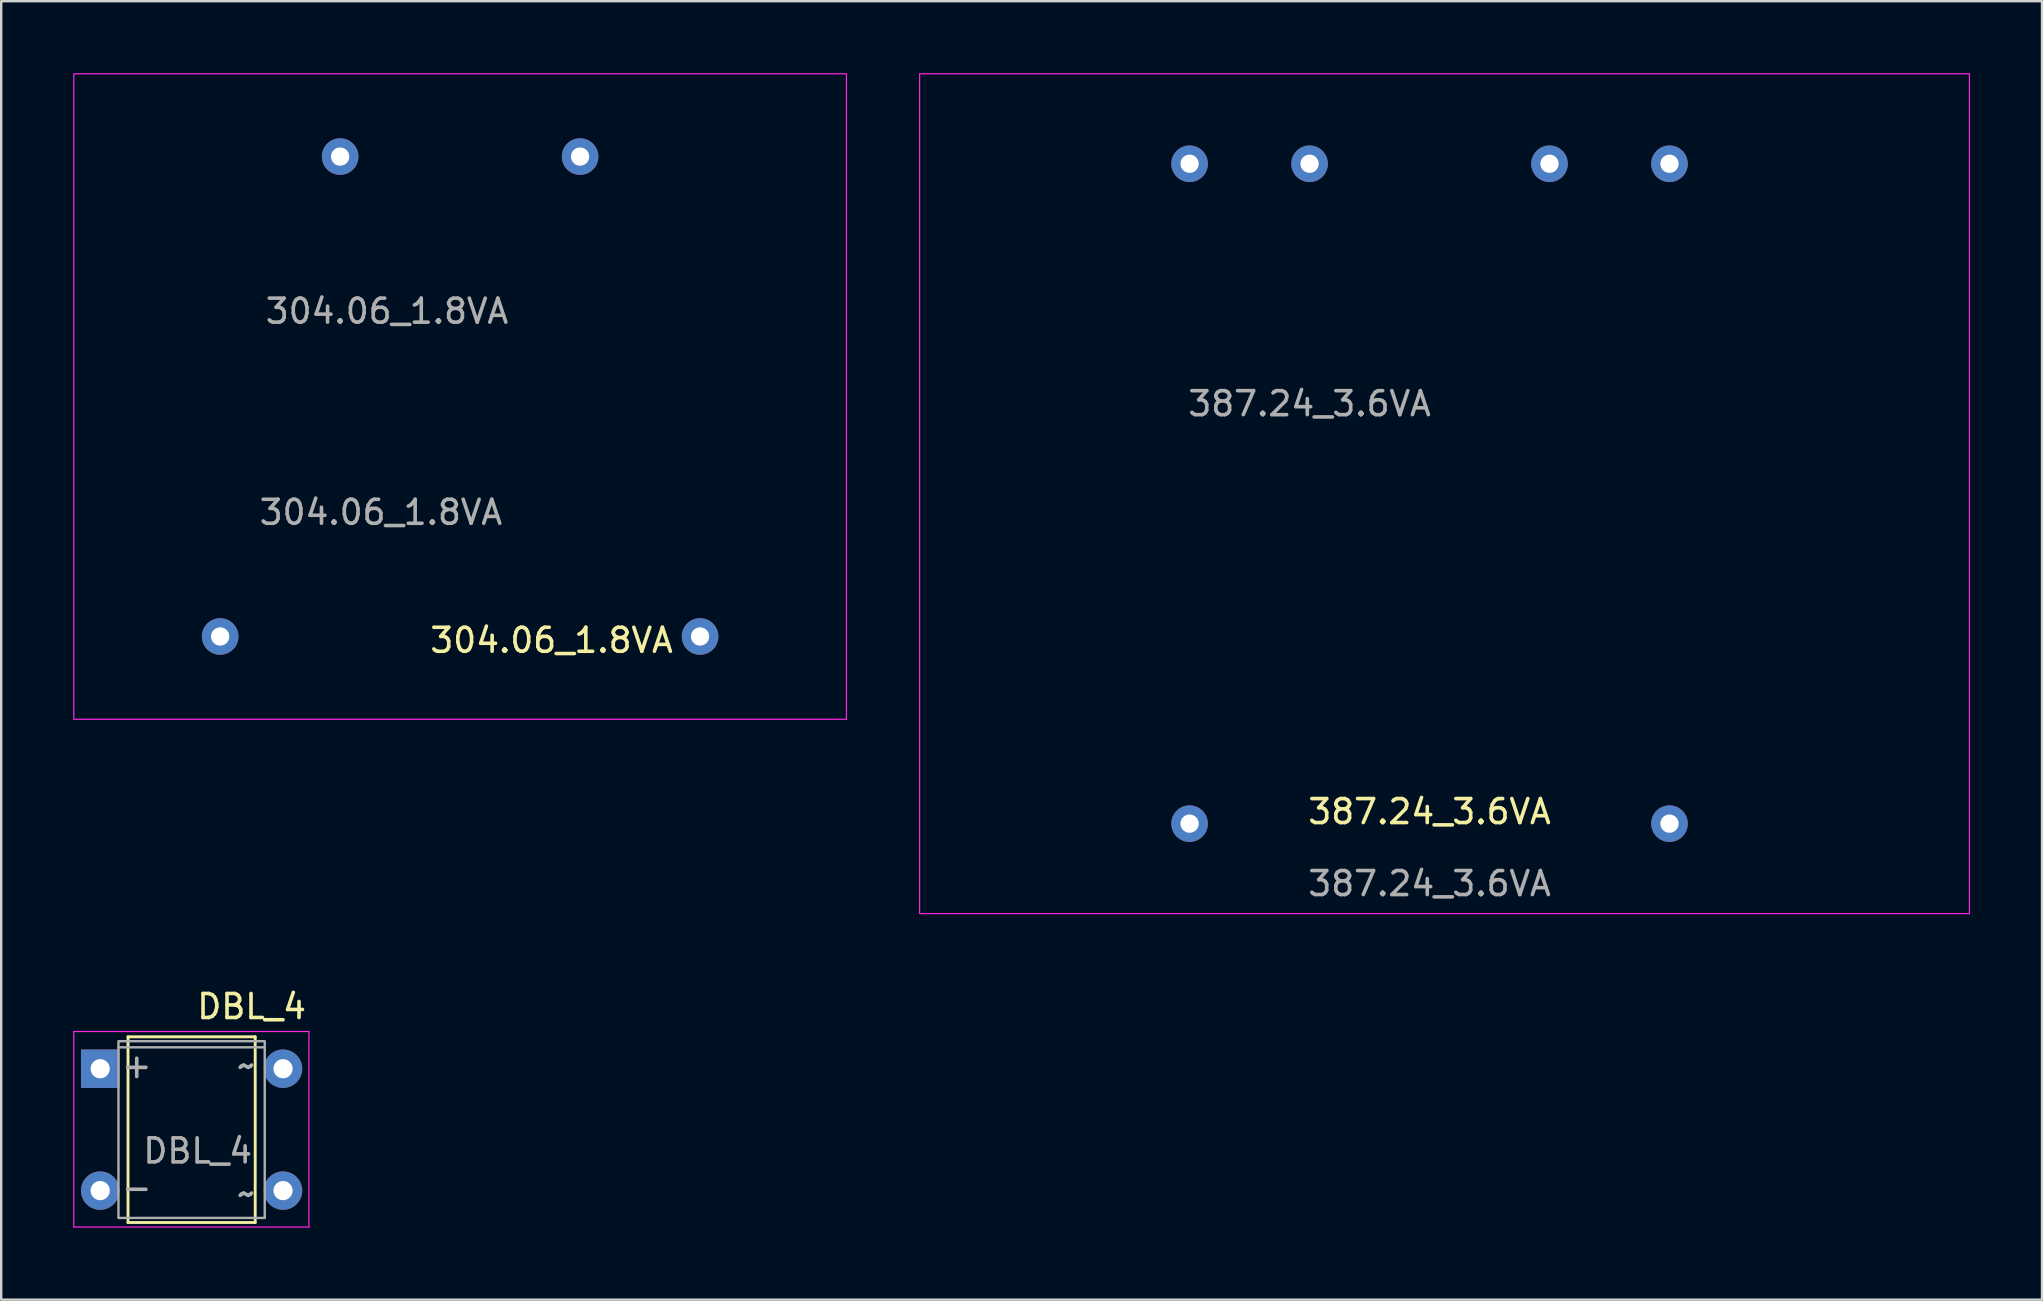
<source format=kicad_pcb>
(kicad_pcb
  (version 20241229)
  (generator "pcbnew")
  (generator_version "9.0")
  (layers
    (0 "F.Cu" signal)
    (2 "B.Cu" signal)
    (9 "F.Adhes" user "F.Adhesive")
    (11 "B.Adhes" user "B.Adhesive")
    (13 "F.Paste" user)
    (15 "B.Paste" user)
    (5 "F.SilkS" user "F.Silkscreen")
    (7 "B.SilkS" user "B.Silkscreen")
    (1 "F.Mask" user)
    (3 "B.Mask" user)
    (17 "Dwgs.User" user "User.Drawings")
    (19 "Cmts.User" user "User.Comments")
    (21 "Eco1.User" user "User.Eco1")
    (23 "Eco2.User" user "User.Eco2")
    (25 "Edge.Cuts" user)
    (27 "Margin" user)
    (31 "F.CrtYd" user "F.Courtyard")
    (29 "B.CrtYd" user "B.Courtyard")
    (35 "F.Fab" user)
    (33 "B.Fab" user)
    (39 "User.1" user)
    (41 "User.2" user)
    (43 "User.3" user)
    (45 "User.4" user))
  (footprint "304.06_1.8VA"
    (layer "F.Cu")
    (at 16.125 13.475)
    (property "Reference" "304.06_1.8VA" (at 3.81 10.16 0) (unlocked yes) (layer "F.SilkS") (effects (font (size 1 1) (thickness 0.15))))
    (attr through_hole)
    (fp_rect (start -16.1 13.45) (end 16.1 -13.45) (stroke (width 0.05) (type solid)) (fill no) (layer "F.CrtYd"))
    (fp_text user "${REFERENCE}" (at -3.048 -3.556 0) (unlocked yes) (layer "F.Fab") (effects (font (size 1 1) (thickness 0.15))))
    (fp_text user "${REFERENCE}" (at -3.302 4.826 0) (unlocked yes) (layer "F.Fab") (effects (font (size 1 1) (thickness 0.15))))
    (pad "1" thru_hole circle (at -10 10) (size 1.524 1.524) (drill 0.762) (layers "*.Cu" "*.Mask"))
    (pad "5" thru_hole circle (at 10 10) (size 1.524 1.524) (drill 0.762) (layers "*.Cu" "*.Mask"))
    (pad "7" thru_hole circle (at 5 -10) (size 1.524 1.524) (drill 0.762) (layers "*.Cu" "*.Mask"))
    (pad "9" thru_hole circle (at -5 -10) (size 1.524 1.524) (drill 0.762) (layers "*.Cu" "*.Mask")))
  (footprint "387.24_3.6VA"
    (layer "F.Cu")
    (at 56.525 17.525)
    (property "Reference" "387.24_3.6VA" (at 0 13.25 0) (unlocked yes) (layer "F.SilkS") (effects (font (size 1 1) (thickness 0.15))))
    (attr through_hole)
    (fp_rect (start -21.25 -17.5) (end 22.5 17.5) (stroke (width 0.05) (type solid)) (fill no) (layer "F.CrtYd"))
    (fp_text user "${REFERENCE}" (at -5 -3.75 0) (unlocked yes) (layer "F.Fab") (effects (font (size 1 1) (thickness 0.15))))
    (fp_text user "${REFERENCE}" (at 0 16.25 0) (unlocked yes) (layer "F.Fab") (effects (font (size 1 1) (thickness 0.15))))
    (pad "1" thru_hole circle (at -10 13.75) (size 1.524 1.524) (drill 0.762) (layers "*.Cu" "*.Mask"))
    (pad "5" thru_hole circle (at 10 13.75) (size 1.524 1.524) (drill 0.762) (layers "*.Cu" "*.Mask"))
    (pad "6" thru_hole circle (at 10 -13.75) (size 1.524 1.524) (drill 0.762) (layers "*.Cu" "*.Mask"))
    (pad "7" thru_hole circle (at 5 -13.75) (size 1.524 1.524) (drill 0.762) (layers "*.Cu" "*.Mask"))
    (pad "9" thru_hole circle (at -5 -13.75) (size 1.524 1.524) (drill 0.762) (layers "*.Cu" "*.Mask"))
    (pad "10" thru_hole circle (at -10 -13.75) (size 1.524 1.524) (drill 0.762) (layers "*.Cu" "*.Mask")))
  (footprint "DBL_4"
    (layer "F.Cu")
    (at 4.935 43.898)
    (property "Reference" "DBL_4" (at 2.5 -5 0) (unlocked yes) (layer "F.SilkS") (effects (font (size 1 1) (thickness 0.15))))
    (attr through_hole)
    (fp_line (start -2.65 -3.74) (end -2.65 4) (stroke (width 0.12) (type solid)) (layer "F.SilkS"))
    (fp_line (start -2.65 -3.74) (end 2.65 -3.74) (stroke (width 0.12) (type solid)) (layer "F.SilkS"))
    (fp_line (start -2.65 4) (end 2.65 4) (stroke (width 0.12) (type solid)) (layer "F.SilkS"))
    (fp_line (start 2.65 4) (end 2.65 -3.74) (stroke (width 0.12) (type solid)) (layer "F.SilkS"))
    (fp_line (start -4.91 -3.96) (end -4.91 4.19) (stroke (width 0.05) (type solid)) (layer "F.CrtYd"))
    (fp_line (start -4.91 4.19) (end 4.89 4.19) (stroke (width 0.05) (type solid)) (layer "F.CrtYd"))
    (fp_line (start 4.89 -3.96) (end -4.91 -3.96) (stroke (width 0.05) (type solid)) (layer "F.CrtYd"))
    (fp_line (start 4.89 4.19) (end 4.89 -3.96) (stroke (width 0.05) (type solid)) (layer "F.CrtYd"))
    (fp_line (start -3.048 -3.302) (end 3.048 -3.302) (stroke (width 0.1) (type solid)) (layer "F.Fab"))
    (fp_rect (start -3.048 -3.556) (end 3.048 3.81) (stroke (width 0.1) (type solid)) (fill no) (layer "F.Fab"))
    (fp_text user "~" (at 2.286 -2.54 0) (unlocked yes) (layer "F.Fab") (effects (font (size 1 1) (thickness 0.15))))
    (fp_text user "~" (at 2.286 2.794 0) (unlocked yes) (layer "F.Fab") (effects (font (size 1 1) (thickness 0.15))))
    (fp_text user "-" (at -2.286 2.54 0) (unlocked yes) (layer "F.Fab") (effects (font (size 1 1) (thickness 0.15))))
    (fp_text user "+" (at -2.286 -2.54 0) (unlocked yes) (layer "F.Fab") (effects (font (size 1 1) (thickness 0.15))))
    (fp_text user "${REFERENCE}" (at 0.254 1.016 0) (unlocked yes) (layer "F.Fab") (effects (font (size 1 1) (thickness 0.15))))
    (pad "1" thru_hole rect (at -3.81 -2.41) (size 1.6 1.6) (drill 0.8) (layers "*.Cu" "*.Mask"))
    (pad "2" thru_hole oval (at -3.81 2.67) (size 1.6 1.6) (drill 0.8) (layers "*.Cu" "*.Mask"))
    (pad "3" thru_hole oval (at 3.81 2.67) (size 1.6 1.6) (drill 0.8) (layers "*.Cu" "*.Mask"))
    (pad "4" thru_hole oval (at 3.81 -2.41) (size 1.6 1.6) (drill 0.8) (layers "*.Cu" "*.Mask")))
  (gr_rect
    (start -3 -3)
    (end 82.05 51.113)
    (stroke (width 0.1) (type default))
    (fill no)
    (layer "Edge.Cuts")))
</source>
